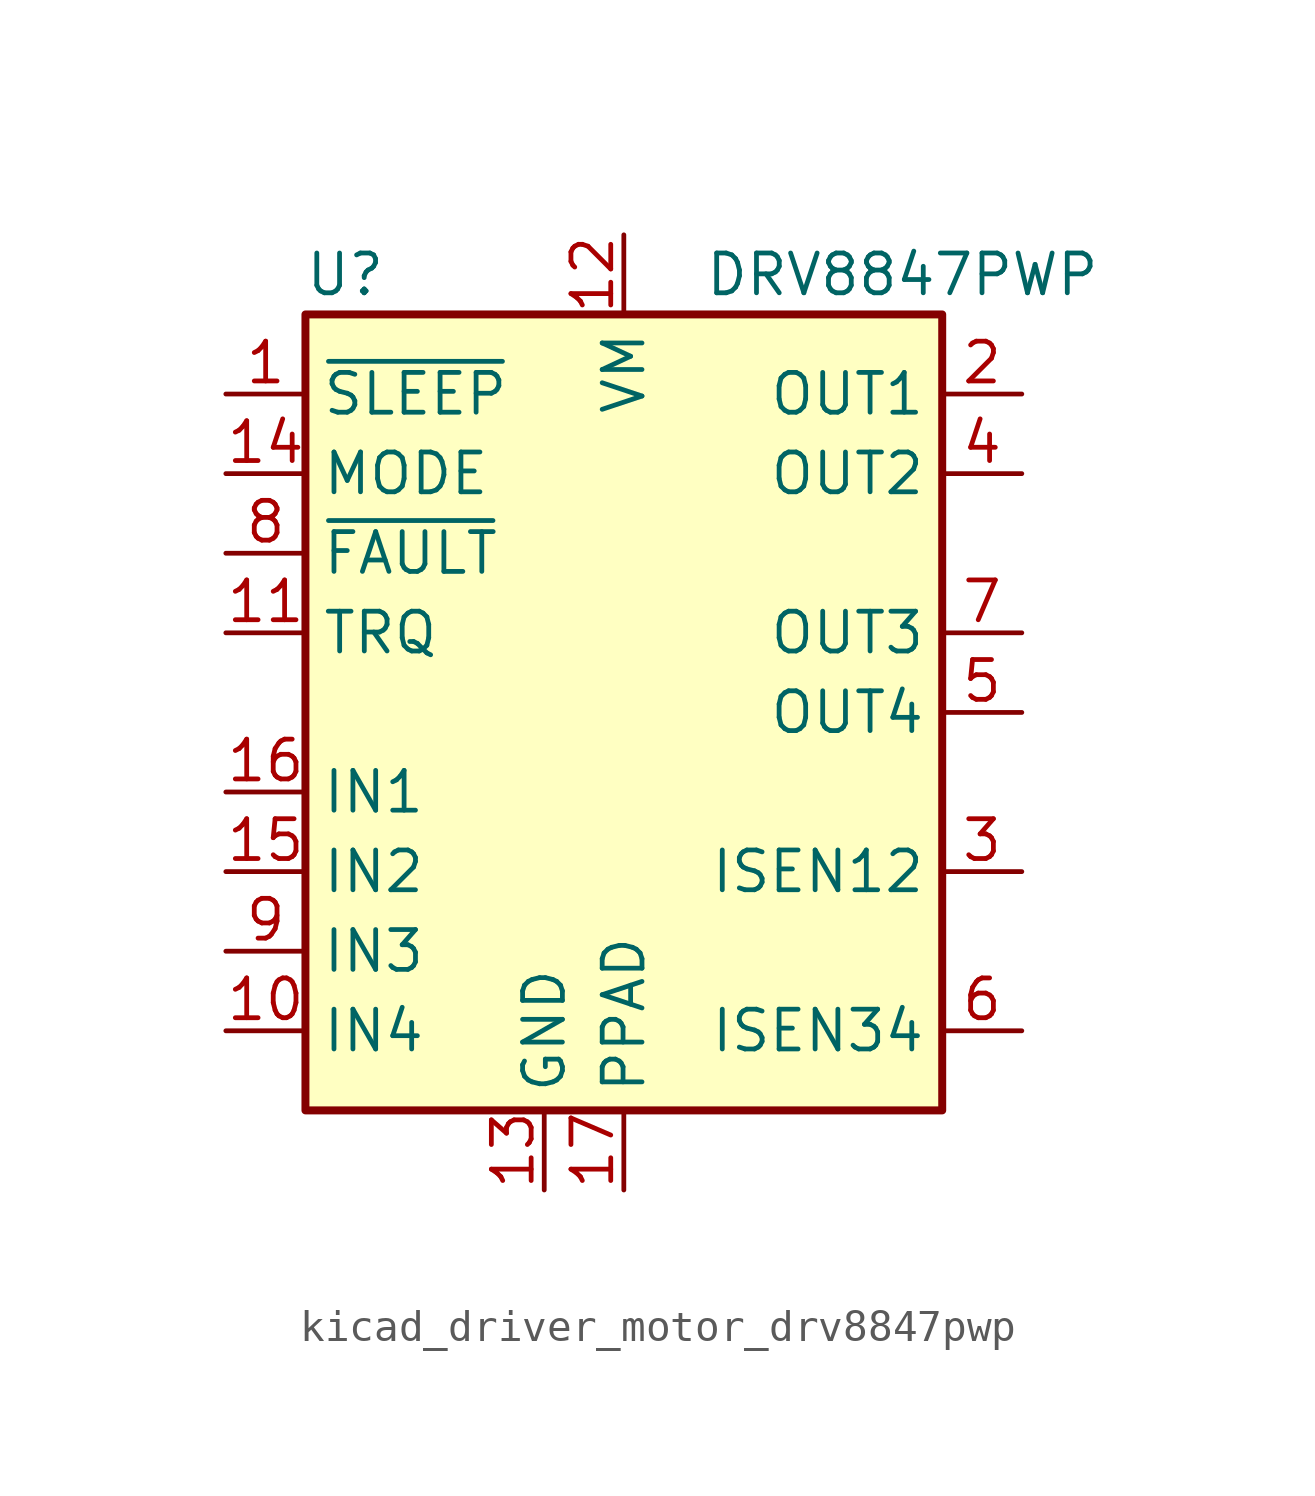
<source format=kicad_sym>
(kicad_symbol_lib
  (version 20220914)
  (generator kicad_symbol_editor)
  (symbol "kicad_driver_motor_drv8847pwp"
    (property "Reference" "U"
      (at -8.89 13.97 0)
      (effects (font (size 1.27 1.27))))
    (property "Value" "DRV8847PWP"
      (at 8.89 13.97 0)
      (effects (font (size 1.27 1.27))))
    (symbol "kicad_driver_motor_drv8847pwp_0_1"
      (rectangle (start -10.16 -12.7) (end 10.16 12.7) (stroke (width 0.254) (type default)) (fill (type background))))
    (symbol "kicad_driver_motor_drv8847pwp_1_1"
      (pin input line (at -12.7 10.16 0) (length 2.54) (name "~{SLEEP}" (effects (font (size 1.27 1.27)))) (number "1" (effects (font (size 1.27 1.27)))))
      (pin input line (at -12.7 -10.16 0) (length 2.54) (name "IN4" (effects (font (size 1.27 1.27)))) (number "10" (effects (font (size 1.27 1.27)))))
      (pin input line (at -12.7 2.54 0) (length 2.54) (name "TRQ" (effects (font (size 1.27 1.27)))) (number "11" (effects (font (size 1.27 1.27)))))
      (pin power_in line (at 0 15.24 270) (length 2.54) (name "VM" (effects (font (size 1.27 1.27)))) (number "12" (effects (font (size 1.27 1.27)))))
      (pin power_in line (at -2.54 -15.24 90) (length 2.54) (name "GND" (effects (font (size 1.27 1.27)))) (number "13" (effects (font (size 1.27 1.27)))))
      (pin input line (at -12.7 7.62 0) (length 2.54) (name "MODE" (effects (font (size 1.27 1.27)))) (number "14" (effects (font (size 1.27 1.27)))))
      (pin input line (at -12.7 -5.08 0) (length 2.54) (name "IN2" (effects (font (size 1.27 1.27)))) (number "15" (effects (font (size 1.27 1.27)))))
      (pin input line (at -12.7 -2.54 0) (length 2.54) (name "IN1" (effects (font (size 1.27 1.27)))) (number "16" (effects (font (size 1.27 1.27)))))
      (pin power_in line (at 0 -15.24 90) (length 2.54) (name "PPAD" (effects (font (size 1.27 1.27)))) (number "17" (effects (font (size 1.27 1.27)))))
      (pin output line (at 12.7 10.16 180) (length 2.54) (name "OUT1" (effects (font (size 1.27 1.27)))) (number "2" (effects (font (size 1.27 1.27)))))
      (pin passive line (at 12.7 -5.08 180) (length 2.54) (name "ISEN12" (effects (font (size 1.27 1.27)))) (number "3" (effects (font (size 1.27 1.27)))))
      (pin output line (at 12.7 7.62 180) (length 2.54) (name "OUT2" (effects (font (size 1.27 1.27)))) (number "4" (effects (font (size 1.27 1.27)))))
      (pin output line (at 12.7 0 180) (length 2.54) (name "OUT4" (effects (font (size 1.27 1.27)))) (number "5" (effects (font (size 1.27 1.27)))))
      (pin passive line (at 12.7 -10.16 180) (length 2.54) (name "ISEN34" (effects (font (size 1.27 1.27)))) (number "6" (effects (font (size 1.27 1.27)))))
      (pin output line (at 12.7 2.54 180) (length 2.54) (name "OUT3" (effects (font (size 1.27 1.27)))) (number "7" (effects (font (size 1.27 1.27)))))
      (pin open_collector line (at -12.7 5.08 0) (length 2.54) (name "~{FAULT}" (effects (font (size 1.27 1.27)))) (number "8" (effects (font (size 1.27 1.27)))))
      (pin input line (at -12.7 -7.62 0) (length 2.54) (name "IN3" (effects (font (size 1.27 1.27)))) (number "9" (effects (font (size 1.27 1.27))))))))
</source>
